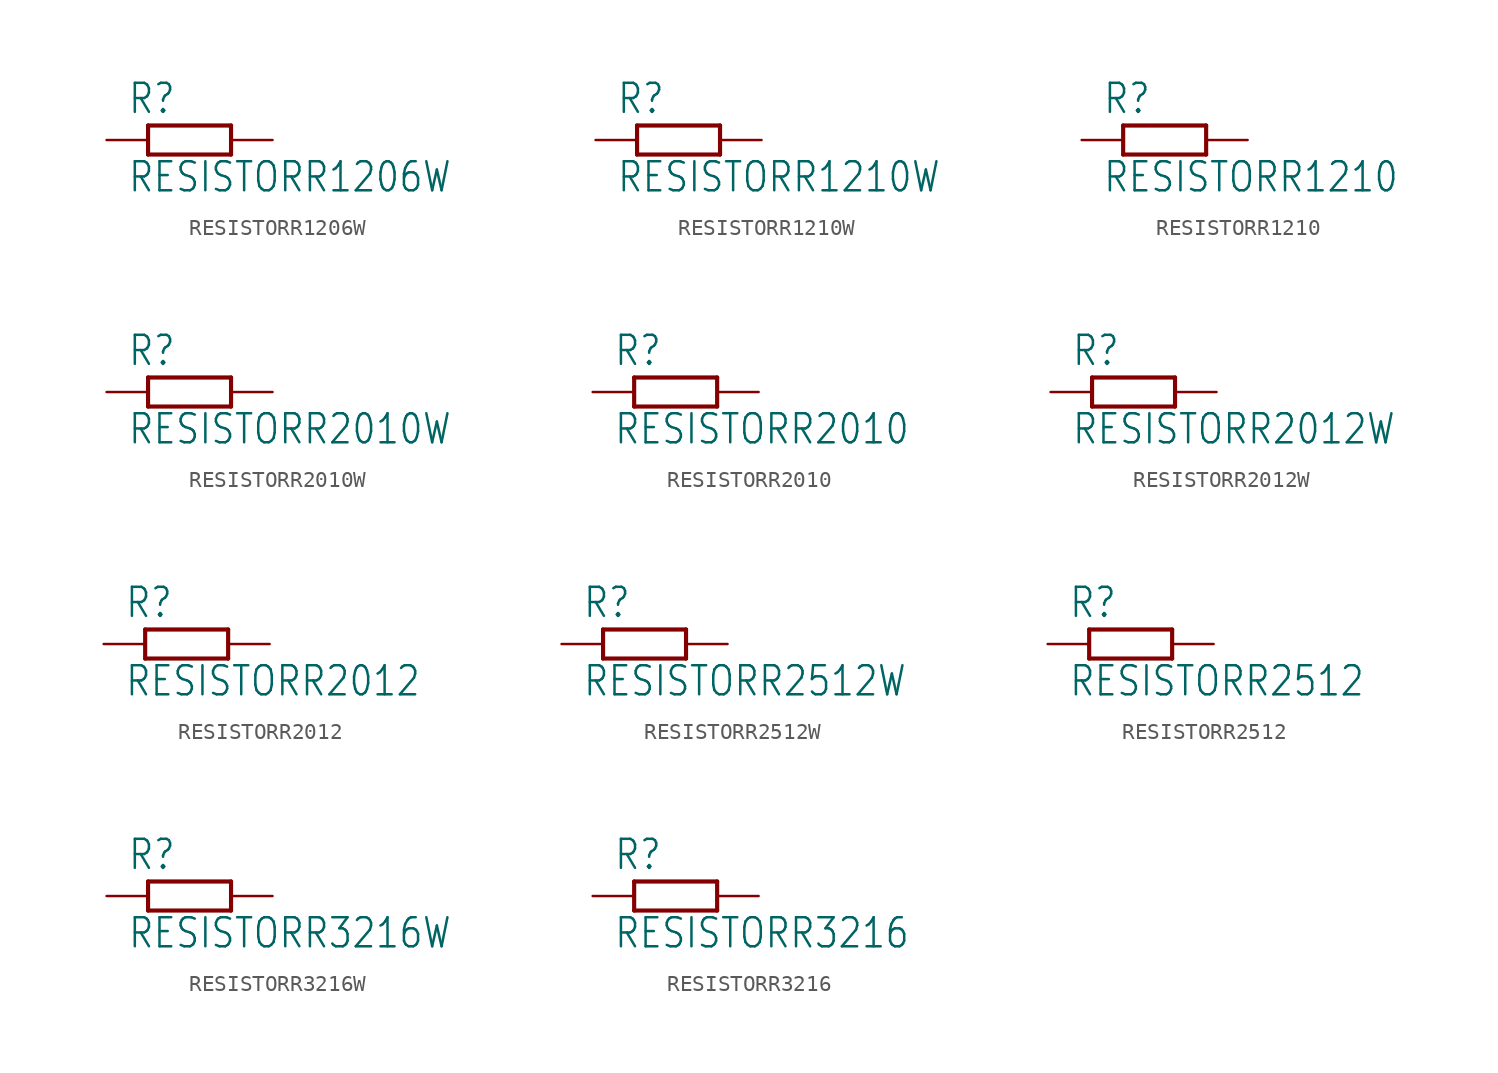
<source format=kicad_sym>
(kicad_symbol_lib
  (version 20211014)
  (generator kicad_symbol_editor)
  (symbol "RESISTORR1206W"
    (property "Reference" "R"
      (at -3.81 1.499 0)
      (effects (font (size 1.778 1.511)) (justify left bottom)))
    (property "Value" "RESISTORR1206W"
      (at -3.81 -3.302 0)
      (effects (font (size 1.778 1.511)) (justify left bottom)))
    (property "ki_locked" ""
      (at 0 0 0)
      (effects (font (size 1.27 1.27))))
    (symbol "RESISTORR1206W_1_0"
      (polyline (pts (xy -2.54 -0.889) (xy -2.54 0.889)) (stroke (width 0.254) (type default) (color 0 0 0 0)) (fill (type none)))
      (polyline (pts (xy -2.54 -0.889) (xy 2.54 -0.889)) (stroke (width 0.254) (type default) (color 0 0 0 0)) (fill (type none)))
      (polyline (pts (xy 2.54 -0.889) (xy 2.54 0.889)) (stroke (width 0.254) (type default) (color 0 0 0 0)) (fill (type none)))
      (polyline (pts (xy 2.54 0.889) (xy -2.54 0.889)) (stroke (width 0.254) (type default) (color 0 0 0 0)) (fill (type none)))
      (pin passive line (at -5.08 0 0) (length 2.54) (name "1" (effects (font (size 0 0)))) (number "1" (effects (font (size 0 0)))))
      (pin passive line (at 5.08 0 180) (length 2.54) (name "2" (effects (font (size 0 0)))) (number "2" (effects (font (size 0 0)))))))
  (symbol "RESISTORR1210W"
    (property "Reference" "R"
      (at -3.81 1.499 0)
      (effects (font (size 1.778 1.511)) (justify left bottom)))
    (property "Value" "RESISTORR1210W"
      (at -3.81 -3.302 0)
      (effects (font (size 1.778 1.511)) (justify left bottom)))
    (property "ki_locked" ""
      (at 0 0 0)
      (effects (font (size 1.27 1.27))))
    (symbol "RESISTORR1210W_1_0"
      (polyline (pts (xy -2.54 -0.889) (xy -2.54 0.889)) (stroke (width 0.254) (type default) (color 0 0 0 0)) (fill (type none)))
      (polyline (pts (xy -2.54 -0.889) (xy 2.54 -0.889)) (stroke (width 0.254) (type default) (color 0 0 0 0)) (fill (type none)))
      (polyline (pts (xy 2.54 -0.889) (xy 2.54 0.889)) (stroke (width 0.254) (type default) (color 0 0 0 0)) (fill (type none)))
      (polyline (pts (xy 2.54 0.889) (xy -2.54 0.889)) (stroke (width 0.254) (type default) (color 0 0 0 0)) (fill (type none)))
      (pin passive line (at -5.08 0 0) (length 2.54) (name "1" (effects (font (size 0 0)))) (number "1" (effects (font (size 0 0)))))
      (pin passive line (at 5.08 0 180) (length 2.54) (name "2" (effects (font (size 0 0)))) (number "2" (effects (font (size 0 0)))))))
  (symbol "RESISTORR1210"
    (property "Reference" "R"
      (at -3.81 1.499 0)
      (effects (font (size 1.778 1.511)) (justify left bottom)))
    (property "Value" "RESISTORR1210"
      (at -3.81 -3.302 0)
      (effects (font (size 1.778 1.511)) (justify left bottom)))
    (property "ki_locked" ""
      (at 0 0 0)
      (effects (font (size 1.27 1.27))))
    (symbol "RESISTORR1210_1_0"
      (polyline (pts (xy -2.54 -0.889) (xy -2.54 0.889)) (stroke (width 0.254) (type default) (color 0 0 0 0)) (fill (type none)))
      (polyline (pts (xy -2.54 -0.889) (xy 2.54 -0.889)) (stroke (width 0.254) (type default) (color 0 0 0 0)) (fill (type none)))
      (polyline (pts (xy 2.54 -0.889) (xy 2.54 0.889)) (stroke (width 0.254) (type default) (color 0 0 0 0)) (fill (type none)))
      (polyline (pts (xy 2.54 0.889) (xy -2.54 0.889)) (stroke (width 0.254) (type default) (color 0 0 0 0)) (fill (type none)))
      (pin passive line (at -5.08 0 0) (length 2.54) (name "1" (effects (font (size 0 0)))) (number "1" (effects (font (size 0 0)))))
      (pin passive line (at 5.08 0 180) (length 2.54) (name "2" (effects (font (size 0 0)))) (number "2" (effects (font (size 0 0)))))))
  (symbol "RESISTORR2010W"
    (property "Reference" "R"
      (at -3.81 1.499 0)
      (effects (font (size 1.778 1.511)) (justify left bottom)))
    (property "Value" "RESISTORR2010W"
      (at -3.81 -3.302 0)
      (effects (font (size 1.778 1.511)) (justify left bottom)))
    (property "ki_locked" ""
      (at 0 0 0)
      (effects (font (size 1.27 1.27))))
    (symbol "RESISTORR2010W_1_0"
      (polyline (pts (xy -2.54 -0.889) (xy -2.54 0.889)) (stroke (width 0.254) (type default) (color 0 0 0 0)) (fill (type none)))
      (polyline (pts (xy -2.54 -0.889) (xy 2.54 -0.889)) (stroke (width 0.254) (type default) (color 0 0 0 0)) (fill (type none)))
      (polyline (pts (xy 2.54 -0.889) (xy 2.54 0.889)) (stroke (width 0.254) (type default) (color 0 0 0 0)) (fill (type none)))
      (polyline (pts (xy 2.54 0.889) (xy -2.54 0.889)) (stroke (width 0.254) (type default) (color 0 0 0 0)) (fill (type none)))
      (pin passive line (at -5.08 0 0) (length 2.54) (name "1" (effects (font (size 0 0)))) (number "1" (effects (font (size 0 0)))))
      (pin passive line (at 5.08 0 180) (length 2.54) (name "2" (effects (font (size 0 0)))) (number "2" (effects (font (size 0 0)))))))
  (symbol "RESISTORR2010"
    (property "Reference" "R"
      (at -3.81 1.499 0)
      (effects (font (size 1.778 1.511)) (justify left bottom)))
    (property "Value" "RESISTORR2010"
      (at -3.81 -3.302 0)
      (effects (font (size 1.778 1.511)) (justify left bottom)))
    (property "ki_locked" ""
      (at 0 0 0)
      (effects (font (size 1.27 1.27))))
    (symbol "RESISTORR2010_1_0"
      (polyline (pts (xy -2.54 -0.889) (xy -2.54 0.889)) (stroke (width 0.254) (type default) (color 0 0 0 0)) (fill (type none)))
      (polyline (pts (xy -2.54 -0.889) (xy 2.54 -0.889)) (stroke (width 0.254) (type default) (color 0 0 0 0)) (fill (type none)))
      (polyline (pts (xy 2.54 -0.889) (xy 2.54 0.889)) (stroke (width 0.254) (type default) (color 0 0 0 0)) (fill (type none)))
      (polyline (pts (xy 2.54 0.889) (xy -2.54 0.889)) (stroke (width 0.254) (type default) (color 0 0 0 0)) (fill (type none)))
      (pin passive line (at -5.08 0 0) (length 2.54) (name "1" (effects (font (size 0 0)))) (number "1" (effects (font (size 0 0)))))
      (pin passive line (at 5.08 0 180) (length 2.54) (name "2" (effects (font (size 0 0)))) (number "2" (effects (font (size 0 0)))))))
  (symbol "RESISTORR2012W"
    (property "Reference" "R"
      (at -3.81 1.499 0)
      (effects (font (size 1.778 1.511)) (justify left bottom)))
    (property "Value" "RESISTORR2012W"
      (at -3.81 -3.302 0)
      (effects (font (size 1.778 1.511)) (justify left bottom)))
    (property "ki_locked" ""
      (at 0 0 0)
      (effects (font (size 1.27 1.27))))
    (symbol "RESISTORR2012W_1_0"
      (polyline (pts (xy -2.54 -0.889) (xy -2.54 0.889)) (stroke (width 0.254) (type default) (color 0 0 0 0)) (fill (type none)))
      (polyline (pts (xy -2.54 -0.889) (xy 2.54 -0.889)) (stroke (width 0.254) (type default) (color 0 0 0 0)) (fill (type none)))
      (polyline (pts (xy 2.54 -0.889) (xy 2.54 0.889)) (stroke (width 0.254) (type default) (color 0 0 0 0)) (fill (type none)))
      (polyline (pts (xy 2.54 0.889) (xy -2.54 0.889)) (stroke (width 0.254) (type default) (color 0 0 0 0)) (fill (type none)))
      (pin passive line (at -5.08 0 0) (length 2.54) (name "1" (effects (font (size 0 0)))) (number "1" (effects (font (size 0 0)))))
      (pin passive line (at 5.08 0 180) (length 2.54) (name "2" (effects (font (size 0 0)))) (number "2" (effects (font (size 0 0)))))))
  (symbol "RESISTORR2012"
    (property "Reference" "R"
      (at -3.81 1.499 0)
      (effects (font (size 1.778 1.511)) (justify left bottom)))
    (property "Value" "RESISTORR2012"
      (at -3.81 -3.302 0)
      (effects (font (size 1.778 1.511)) (justify left bottom)))
    (property "ki_locked" ""
      (at 0 0 0)
      (effects (font (size 1.27 1.27))))
    (symbol "RESISTORR2012_1_0"
      (polyline (pts (xy -2.54 -0.889) (xy -2.54 0.889)) (stroke (width 0.254) (type default) (color 0 0 0 0)) (fill (type none)))
      (polyline (pts (xy -2.54 -0.889) (xy 2.54 -0.889)) (stroke (width 0.254) (type default) (color 0 0 0 0)) (fill (type none)))
      (polyline (pts (xy 2.54 -0.889) (xy 2.54 0.889)) (stroke (width 0.254) (type default) (color 0 0 0 0)) (fill (type none)))
      (polyline (pts (xy 2.54 0.889) (xy -2.54 0.889)) (stroke (width 0.254) (type default) (color 0 0 0 0)) (fill (type none)))
      (pin passive line (at -5.08 0 0) (length 2.54) (name "1" (effects (font (size 0 0)))) (number "1" (effects (font (size 0 0)))))
      (pin passive line (at 5.08 0 180) (length 2.54) (name "2" (effects (font (size 0 0)))) (number "2" (effects (font (size 0 0)))))))
  (symbol "RESISTORR2512W"
    (property "Reference" "R"
      (at -3.81 1.499 0)
      (effects (font (size 1.778 1.511)) (justify left bottom)))
    (property "Value" "RESISTORR2512W"
      (at -3.81 -3.302 0)
      (effects (font (size 1.778 1.511)) (justify left bottom)))
    (property "ki_locked" ""
      (at 0 0 0)
      (effects (font (size 1.27 1.27))))
    (symbol "RESISTORR2512W_1_0"
      (polyline (pts (xy -2.54 -0.889) (xy -2.54 0.889)) (stroke (width 0.254) (type default) (color 0 0 0 0)) (fill (type none)))
      (polyline (pts (xy -2.54 -0.889) (xy 2.54 -0.889)) (stroke (width 0.254) (type default) (color 0 0 0 0)) (fill (type none)))
      (polyline (pts (xy 2.54 -0.889) (xy 2.54 0.889)) (stroke (width 0.254) (type default) (color 0 0 0 0)) (fill (type none)))
      (polyline (pts (xy 2.54 0.889) (xy -2.54 0.889)) (stroke (width 0.254) (type default) (color 0 0 0 0)) (fill (type none)))
      (pin passive line (at -5.08 0 0) (length 2.54) (name "1" (effects (font (size 0 0)))) (number "1" (effects (font (size 0 0)))))
      (pin passive line (at 5.08 0 180) (length 2.54) (name "2" (effects (font (size 0 0)))) (number "2" (effects (font (size 0 0)))))))
  (symbol "RESISTORR2512"
    (property "Reference" "R"
      (at -3.81 1.499 0)
      (effects (font (size 1.778 1.511)) (justify left bottom)))
    (property "Value" "RESISTORR2512"
      (at -3.81 -3.302 0)
      (effects (font (size 1.778 1.511)) (justify left bottom)))
    (property "ki_locked" ""
      (at 0 0 0)
      (effects (font (size 1.27 1.27))))
    (symbol "RESISTORR2512_1_0"
      (polyline (pts (xy -2.54 -0.889) (xy -2.54 0.889)) (stroke (width 0.254) (type default) (color 0 0 0 0)) (fill (type none)))
      (polyline (pts (xy -2.54 -0.889) (xy 2.54 -0.889)) (stroke (width 0.254) (type default) (color 0 0 0 0)) (fill (type none)))
      (polyline (pts (xy 2.54 -0.889) (xy 2.54 0.889)) (stroke (width 0.254) (type default) (color 0 0 0 0)) (fill (type none)))
      (polyline (pts (xy 2.54 0.889) (xy -2.54 0.889)) (stroke (width 0.254) (type default) (color 0 0 0 0)) (fill (type none)))
      (pin passive line (at -5.08 0 0) (length 2.54) (name "1" (effects (font (size 0 0)))) (number "1" (effects (font (size 0 0)))))
      (pin passive line (at 5.08 0 180) (length 2.54) (name "2" (effects (font (size 0 0)))) (number "2" (effects (font (size 0 0)))))))
  (symbol "RESISTORR3216W"
    (property "Reference" "R"
      (at -3.81 1.499 0)
      (effects (font (size 1.778 1.511)) (justify left bottom)))
    (property "Value" "RESISTORR3216W"
      (at -3.81 -3.302 0)
      (effects (font (size 1.778 1.511)) (justify left bottom)))
    (property "ki_locked" ""
      (at 0 0 0)
      (effects (font (size 1.27 1.27))))
    (symbol "RESISTORR3216W_1_0"
      (polyline (pts (xy -2.54 -0.889) (xy -2.54 0.889)) (stroke (width 0.254) (type default) (color 0 0 0 0)) (fill (type none)))
      (polyline (pts (xy -2.54 -0.889) (xy 2.54 -0.889)) (stroke (width 0.254) (type default) (color 0 0 0 0)) (fill (type none)))
      (polyline (pts (xy 2.54 -0.889) (xy 2.54 0.889)) (stroke (width 0.254) (type default) (color 0 0 0 0)) (fill (type none)))
      (polyline (pts (xy 2.54 0.889) (xy -2.54 0.889)) (stroke (width 0.254) (type default) (color 0 0 0 0)) (fill (type none)))
      (pin passive line (at -5.08 0 0) (length 2.54) (name "1" (effects (font (size 0 0)))) (number "1" (effects (font (size 0 0)))))
      (pin passive line (at 5.08 0 180) (length 2.54) (name "2" (effects (font (size 0 0)))) (number "2" (effects (font (size 0 0)))))))
  (symbol "RESISTORR3216"
    (property "Reference" "R"
      (at -3.81 1.499 0)
      (effects (font (size 1.778 1.511)) (justify left bottom)))
    (property "Value" "RESISTORR3216"
      (at -3.81 -3.302 0)
      (effects (font (size 1.778 1.511)) (justify left bottom)))
    (property "ki_locked" ""
      (at 0 0 0)
      (effects (font (size 1.27 1.27))))
    (symbol "RESISTORR3216_1_0"
      (polyline (pts (xy -2.54 -0.889) (xy -2.54 0.889)) (stroke (width 0.254) (type default) (color 0 0 0 0)) (fill (type none)))
      (polyline (pts (xy -2.54 -0.889) (xy 2.54 -0.889)) (stroke (width 0.254) (type default) (color 0 0 0 0)) (fill (type none)))
      (polyline (pts (xy 2.54 -0.889) (xy 2.54 0.889)) (stroke (width 0.254) (type default) (color 0 0 0 0)) (fill (type none)))
      (polyline (pts (xy 2.54 0.889) (xy -2.54 0.889)) (stroke (width 0.254) (type default) (color 0 0 0 0)) (fill (type none)))
      (pin passive line (at -5.08 0 0) (length 2.54) (name "1" (effects (font (size 0 0)))) (number "1" (effects (font (size 0 0)))))
      (pin passive line (at 5.08 0 180) (length 2.54) (name "2" (effects (font (size 0 0)))) (number "2" (effects (font (size 0 0))))))))
</source>
